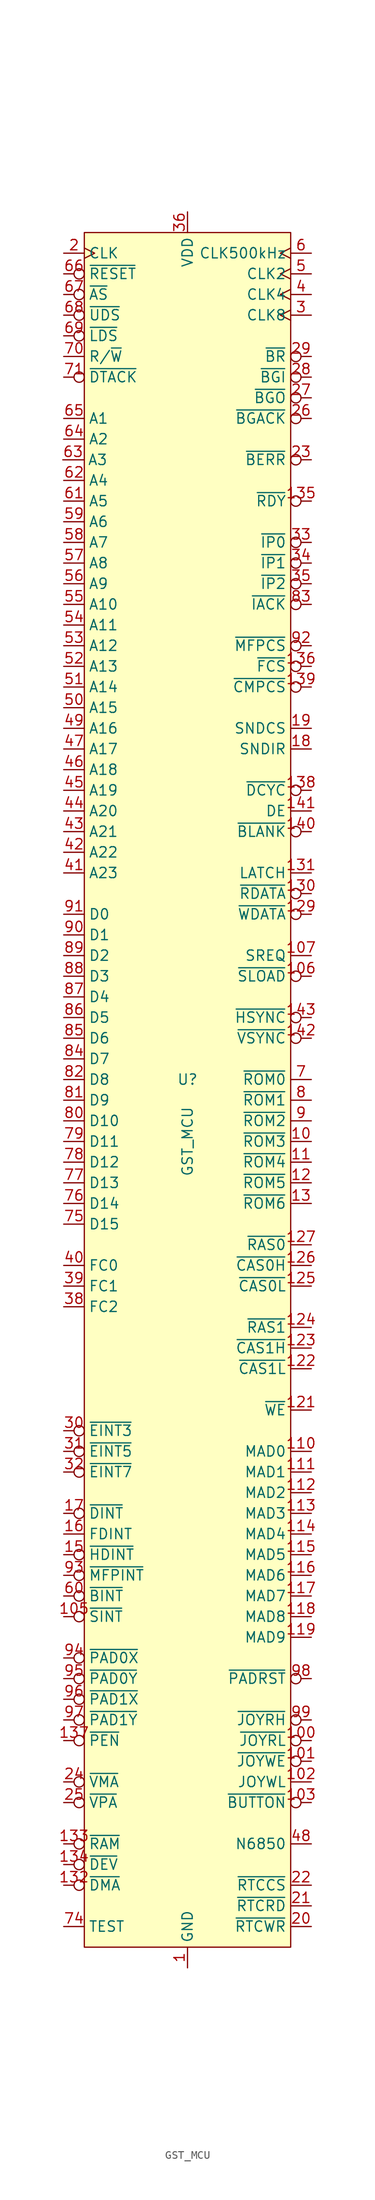
<source format=kicad_sym>
(kicad_symbol_lib
  (version 20241209)
  (generator "kicad_symbol_editor")
  (generator_version "9.0")
  (symbol "GST_MCU"
    (property "Reference" "U"
      (at 0 7.62 0)
      (effects (font (size 1.27 1.27))))
    (property "Value" "GST_MCU"
      (at 0 0 90)
      (effects (font (size 1.27 1.27))))
    (symbol "GST_MCU_1_1"
      (rectangle (start -12.7 111.76) (end 12.7 -99.06) (stroke (width 0) (type solid)) (fill (type background)))
      (pin input line (at -15.35 83.814 0) (length 2.54) (name "A3" (effects (font (size 1.27 1.27)))) (number "63" (effects (font (size 1.27 1.27)))))
      (pin input clock (at -15.24 109.22 0) (length 2.54) (name "CLK" (effects (font (size 1.27 1.27)))) (number "2" (effects (font (size 1.27 1.27)))))
      (pin input inverted (at -15.24 106.68 0) (length 2.54) (name "~{RESET}" (effects (font (size 1.27 1.27)))) (number "66" (effects (font (size 1.27 1.27)))))
      (pin input inverted (at -15.24 104.14 0) (length 2.54) (name "~{AS}" (effects (font (size 1.27 1.27)))) (number "67" (effects (font (size 1.27 1.27)))))
      (pin input inverted (at -15.24 101.6 0) (length 2.54) (name "~{UDS}" (effects (font (size 1.27 1.27)))) (number "68" (effects (font (size 1.27 1.27)))))
      (pin input inverted (at -15.24 99.06 0) (length 2.54) (name "~{LDS}" (effects (font (size 1.27 1.27)))) (number "69" (effects (font (size 1.27 1.27)))))
      (pin input line (at -15.24 96.52 0) (length 2.54) (name "R/~{W}" (effects (font (size 1.27 1.27)))) (number "70" (effects (font (size 1.27 1.27)))))
      (pin input inverted (at -15.24 93.98 0) (length 2.54) (name "~{DTACK}" (effects (font (size 1.27 1.27)))) (number "71" (effects (font (size 1.27 1.27)))))
      (pin input line (at -15.24 88.9 0) (length 2.54) (name "A1" (effects (font (size 1.27 1.27)))) (number "65" (effects (font (size 1.27 1.27)))))
      (pin input line (at -15.24 86.36 0) (length 2.54) (name "A2" (effects (font (size 1.27 1.27)))) (number "64" (effects (font (size 1.27 1.27)))))
      (pin input line (at -15.24 81.28 0) (length 2.54) (name "A4" (effects (font (size 1.27 1.27)))) (number "62" (effects (font (size 1.27 1.27)))))
      (pin input line (at -15.24 78.74 0) (length 2.54) (name "A5" (effects (font (size 1.27 1.27)))) (number "61" (effects (font (size 1.27 1.27)))))
      (pin input line (at -15.24 76.2 0) (length 2.54) (name "A6" (effects (font (size 1.27 1.27)))) (number "59" (effects (font (size 1.27 1.27)))))
      (pin input line (at -15.24 73.66 0) (length 2.54) (name "A7" (effects (font (size 1.27 1.27)))) (number "58" (effects (font (size 1.27 1.27)))))
      (pin input line (at -15.24 71.12 0) (length 2.54) (name "A8" (effects (font (size 1.27 1.27)))) (number "57" (effects (font (size 1.27 1.27)))))
      (pin input line (at -15.24 68.58 0) (length 2.54) (name "A9" (effects (font (size 1.27 1.27)))) (number "56" (effects (font (size 1.27 1.27)))))
      (pin input line (at -15.24 66.04 0) (length 2.54) (name "A10" (effects (font (size 1.27 1.27)))) (number "55" (effects (font (size 1.27 1.27)))))
      (pin input line (at -15.24 63.5 0) (length 2.54) (name "A11" (effects (font (size 1.27 1.27)))) (number "54" (effects (font (size 1.27 1.27)))))
      (pin input line (at -15.24 60.96 0) (length 2.54) (name "A12" (effects (font (size 1.27 1.27)))) (number "53" (effects (font (size 1.27 1.27)))))
      (pin input line (at -15.24 58.42 0) (length 2.54) (name "A13" (effects (font (size 1.27 1.27)))) (number "52" (effects (font (size 1.27 1.27)))))
      (pin input line (at -15.24 55.88 0) (length 2.54) (name "A14" (effects (font (size 1.27 1.27)))) (number "51" (effects (font (size 1.27 1.27)))))
      (pin input line (at -15.24 53.34 0) (length 2.54) (name "A15" (effects (font (size 1.27 1.27)))) (number "50" (effects (font (size 1.27 1.27)))))
      (pin input line (at -15.24 50.8 0) (length 2.54) (name "A16" (effects (font (size 1.27 1.27)))) (number "49" (effects (font (size 1.27 1.27)))))
      (pin input line (at -15.24 48.26 0) (length 2.54) (name "A17" (effects (font (size 1.27 1.27)))) (number "47" (effects (font (size 1.27 1.27)))))
      (pin input line (at -15.24 45.72 0) (length 2.54) (name "A18" (effects (font (size 1.27 1.27)))) (number "46" (effects (font (size 1.27 1.27)))))
      (pin input line (at -15.24 43.18 0) (length 2.54) (name "A19" (effects (font (size 1.27 1.27)))) (number "45" (effects (font (size 1.27 1.27)))))
      (pin input line (at -15.24 40.64 0) (length 2.54) (name "A20" (effects (font (size 1.27 1.27)))) (number "44" (effects (font (size 1.27 1.27)))))
      (pin input line (at -15.24 38.1 0) (length 2.54) (name "A21" (effects (font (size 1.27 1.27)))) (number "43" (effects (font (size 1.27 1.27)))))
      (pin input line (at -15.24 35.56 0) (length 2.54) (name "A22" (effects (font (size 1.27 1.27)))) (number "42" (effects (font (size 1.27 1.27)))))
      (pin input line (at -15.24 33.02 0) (length 2.54) (name "A23" (effects (font (size 1.27 1.27)))) (number "41" (effects (font (size 1.27 1.27)))))
      (pin bidirectional line (at -15.24 27.94 0) (length 2.54) (name "D0" (effects (font (size 1.27 1.27)))) (number "91" (effects (font (size 1.27 1.27)))))
      (pin bidirectional line (at -15.24 25.4 0) (length 2.54) (name "D1" (effects (font (size 1.27 1.27)))) (number "90" (effects (font (size 1.27 1.27)))))
      (pin bidirectional line (at -15.24 22.86 0) (length 2.54) (name "D2" (effects (font (size 1.27 1.27)))) (number "89" (effects (font (size 1.27 1.27)))))
      (pin bidirectional line (at -15.24 20.32 0) (length 2.54) (name "D3" (effects (font (size 1.27 1.27)))) (number "88" (effects (font (size 1.27 1.27)))))
      (pin bidirectional line (at -15.24 17.78 0) (length 2.54) (name "D4" (effects (font (size 1.27 1.27)))) (number "87" (effects (font (size 1.27 1.27)))))
      (pin bidirectional line (at -15.24 15.24 0) (length 2.54) (name "D5" (effects (font (size 1.27 1.27)))) (number "86" (effects (font (size 1.27 1.27)))))
      (pin bidirectional line (at -15.24 12.7 0) (length 2.54) (name "D6" (effects (font (size 1.27 1.27)))) (number "85" (effects (font (size 1.27 1.27)))))
      (pin bidirectional line (at -15.24 10.16 0) (length 2.54) (name "D7" (effects (font (size 1.27 1.27)))) (number "84" (effects (font (size 1.27 1.27)))))
      (pin bidirectional line (at -15.24 7.62 0) (length 2.54) (name "D8" (effects (font (size 1.27 1.27)))) (number "82" (effects (font (size 1.27 1.27)))))
      (pin bidirectional line (at -15.24 5.08 0) (length 2.54) (name "D9" (effects (font (size 1.27 1.27)))) (number "81" (effects (font (size 1.27 1.27)))))
      (pin bidirectional line (at -15.24 2.54 0) (length 2.54) (name "D10" (effects (font (size 1.27 1.27)))) (number "80" (effects (font (size 1.27 1.27)))))
      (pin bidirectional line (at -15.24 0 0) (length 2.54) (name "D11" (effects (font (size 1.27 1.27)))) (number "79" (effects (font (size 1.27 1.27)))))
      (pin bidirectional line (at -15.24 -2.54 0) (length 2.54) (name "D12" (effects (font (size 1.27 1.27)))) (number "78" (effects (font (size 1.27 1.27)))))
      (pin bidirectional line (at -15.24 -5.08 0) (length 2.54) (name "D13" (effects (font (size 1.27 1.27)))) (number "77" (effects (font (size 1.27 1.27)))))
      (pin bidirectional line (at -15.24 -7.62 0) (length 2.54) (name "D14" (effects (font (size 1.27 1.27)))) (number "76" (effects (font (size 1.27 1.27)))))
      (pin bidirectional line (at -15.24 -10.16 0) (length 2.54) (name "D15" (effects (font (size 1.27 1.27)))) (number "75" (effects (font (size 1.27 1.27)))))
      (pin input line (at -15.24 -15.24 0) (length 2.54) (name "FC0" (effects (font (size 1.27 1.27)))) (number "40" (effects (font (size 1.27 1.27)))))
      (pin input line (at -15.24 -17.78 0) (length 2.54) (name "FC1" (effects (font (size 1.27 1.27)))) (number "39" (effects (font (size 1.27 1.27)))))
      (pin input line (at -15.24 -20.32 0) (length 2.54) (name "FC2" (effects (font (size 1.27 1.27)))) (number "38" (effects (font (size 1.27 1.27)))))
      (pin input inverted (at -15.24 -35.56 0) (length 2.54) (name "~{EINT3}" (effects (font (size 1.27 1.27)))) (number "30" (effects (font (size 1.27 1.27)))))
      (pin input inverted (at -15.24 -38.1 0) (length 2.54) (name "~{EINT5}" (effects (font (size 1.27 1.27)))) (number "31" (effects (font (size 1.27 1.27)))))
      (pin input inverted (at -15.24 -40.64 0) (length 2.54) (name "~{EINT7}" (effects (font (size 1.27 1.27)))) (number "32" (effects (font (size 1.27 1.27)))))
      (pin input inverted (at -15.24 -45.72 0) (length 2.54) (name "~{DINT}" (effects (font (size 1.27 1.27)))) (number "17" (effects (font (size 1.27 1.27)))))
      (pin input line (at -15.24 -48.26 0) (length 2.54) (name "FDINT" (effects (font (size 1.27 1.27)))) (number "16" (effects (font (size 1.27 1.27)))))
      (pin input inverted (at -15.24 -50.8 0) (length 2.54) (name "~{HDINT}" (effects (font (size 1.27 1.27)))) (number "15" (effects (font (size 1.27 1.27)))))
      (pin input inverted (at -15.24 -53.34 0) (length 2.54) (name "~{MFPINT}" (effects (font (size 1.27 1.27)))) (number "93" (effects (font (size 1.27 1.27)))))
      (pin input inverted (at -15.24 -55.88 0) (length 2.54) (name "~{BINT}" (effects (font (size 1.27 1.27)))) (number "60" (effects (font (size 1.27 1.27)))))
      (pin input inverted (at -15.24 -58.42 0) (length 2.54) (name "~{SINT}" (effects (font (size 1.27 1.27)))) (number "105" (effects (font (size 1.27 1.27)))))
      (pin input inverted (at -15.24 -63.5 0) (length 2.54) (name "~{PAD0X}" (effects (font (size 1.27 1.27)))) (number "94" (effects (font (size 1.27 1.27)))))
      (pin input inverted (at -15.24 -66.04 0) (length 2.54) (name "~{PAD0Y}" (effects (font (size 1.27 1.27)))) (number "95" (effects (font (size 1.27 1.27)))))
      (pin input inverted (at -15.24 -68.58 0) (length 2.54) (name "~{PAD1X}" (effects (font (size 1.27 1.27)))) (number "96" (effects (font (size 1.27 1.27)))))
      (pin input inverted (at -15.24 -71.12 0) (length 2.54) (name "~{PAD1Y}" (effects (font (size 1.27 1.27)))) (number "97" (effects (font (size 1.27 1.27)))))
      (pin input inverted (at -15.24 -73.66 0) (length 2.54) (name "~{PEN}" (effects (font (size 1.27 1.27)))) (number "137" (effects (font (size 1.27 1.27)))))
      (pin input inverted (at -15.24 -78.74 0) (length 2.54) (name "~{VMA}" (effects (font (size 1.27 1.27)))) (number "24" (effects (font (size 1.27 1.27)))))
      (pin input inverted (at -15.24 -81.28 0) (length 2.54) (name "~{VPA}" (effects (font (size 1.27 1.27)))) (number "25" (effects (font (size 1.27 1.27)))))
      (pin input inverted (at -15.24 -86.36 0) (length 2.54) (name "~{RAM}" (effects (font (size 1.27 1.27)))) (number "133" (effects (font (size 1.27 1.27)))))
      (pin input inverted (at -15.24 -88.9 0) (length 2.54) (name "~{DEV}" (effects (font (size 1.27 1.27)))) (number "134" (effects (font (size 1.27 1.27)))))
      (pin input inverted (at -15.24 -91.44 0) (length 2.54) (name "~{DMA}" (effects (font (size 1.27 1.27)))) (number "132" (effects (font (size 1.27 1.27)))))
      (pin input line (at -15.24 -96.52 0) (length 2.54) (name "TEST" (effects (font (size 1.27 1.27)))) (number "74" (effects (font (size 1.27 1.27)))))
      (pin no_connect line (at -5.08 114.3 270) (length 2.54) (hide yes) (name "NC" (effects (font (size 1.27 1.27)))) (number "14" (effects (font (size 1.27 1.27)))))
      (pin no_connect line (at -2.54 114.3 270) (length 2.54) (hide yes) (name "NC" (effects (font (size 1.27 1.27)))) (number "104" (effects (font (size 1.27 1.27)))))
      (pin passive line (at 0 114.3 270) (length 2.54) (hide yes) (name "VDD" (effects (font (size 1.27 1.27)))) (number "108" (effects (font (size 1.27 1.27)))))
      (pin passive line (at 0 114.3 270) (length 2.54) (hide yes) (name "VDD" (effects (font (size 1.27 1.27)))) (number "120" (effects (font (size 1.27 1.27)))))
      (pin passive line (at 0 114.3 270) (length 2.54) (hide yes) (name "VDD" (effects (font (size 1.27 1.27)))) (number "144" (effects (font (size 1.27 1.27)))))
      (pin power_in line (at 0 114.3 270) (length 2.54) (name "VDD" (effects (font (size 1.27 1.27)))) (number "36" (effects (font (size 1.27 1.27)))))
      (pin passive line (at 0 114.3 270) (length 2.54) (hide yes) (name "VDD" (effects (font (size 1.27 1.27)))) (number "72" (effects (font (size 1.27 1.27)))))
      (pin power_in line (at 0 -101.6 90) (length 2.54) (name "GND" (effects (font (size 1.27 1.27)))) (number "1" (effects (font (size 1.27 1.27)))))
      (pin passive line (at 0 -101.6 90) (length 2.54) (hide yes) (name "GND" (effects (font (size 1.27 1.27)))) (number "109" (effects (font (size 1.27 1.27)))))
      (pin passive line (at 0 -101.6 90) (length 2.54) (hide yes) (name "GND" (effects (font (size 1.27 1.27)))) (number "128" (effects (font (size 1.27 1.27)))))
      (pin passive line (at 0 -101.6 90) (length 2.54) (hide yes) (name "GND" (effects (font (size 1.27 1.27)))) (number "37" (effects (font (size 1.27 1.27)))))
      (pin passive line (at 0 -101.6 90) (length 2.54) (hide yes) (name "GND" (effects (font (size 1.27 1.27)))) (number "73" (effects (font (size 1.27 1.27)))))
      (pin output clock (at 15.24 109.22 180) (length 2.54) (name "CLK500kHz" (effects (font (size 1.27 1.27)))) (number "6" (effects (font (size 1.27 1.27)))))
      (pin output clock (at 15.24 106.68 180) (length 2.54) (name "CLK2" (effects (font (size 1.27 1.27)))) (number "5" (effects (font (size 1.27 1.27)))))
      (pin output clock (at 15.24 104.14 180) (length 2.54) (name "CLK4" (effects (font (size 1.27 1.27)))) (number "4" (effects (font (size 1.27 1.27)))))
      (pin output clock (at 15.24 101.6 180) (length 2.54) (name "CLK8" (effects (font (size 1.27 1.27)))) (number "3" (effects (font (size 1.27 1.27)))))
      (pin output inverted (at 15.24 96.52 180) (length 2.54) (name "~{BR}" (effects (font (size 1.27 1.27)))) (number "29" (effects (font (size 1.27 1.27)))))
      (pin input inverted (at 15.24 93.98 180) (length 2.54) (name "~{BGI}" (effects (font (size 1.27 1.27)))) (number "28" (effects (font (size 1.27 1.27)))))
      (pin output inverted (at 15.24 91.44 180) (length 2.54) (name "~{BGO}" (effects (font (size 1.27 1.27)))) (number "27" (effects (font (size 1.27 1.27)))))
      (pin input inverted (at 15.24 88.9 180) (length 2.54) (name "~{BGACK}" (effects (font (size 1.27 1.27)))) (number "26" (effects (font (size 1.27 1.27)))))
      (pin output inverted (at 15.24 83.82 180) (length 2.54) (name "~{BERR}" (effects (font (size 1.27 1.27)))) (number "23" (effects (font (size 1.27 1.27)))))
      (pin output inverted (at 15.24 78.74 180) (length 2.54) (name "~{RDY}" (effects (font (size 1.27 1.27)))) (number "135" (effects (font (size 1.27 1.27)))))
      (pin output inverted (at 15.24 73.66 180) (length 2.54) (name "~{IP0}" (effects (font (size 1.27 1.27)))) (number "33" (effects (font (size 1.27 1.27)))))
      (pin output inverted (at 15.24 71.12 180) (length 2.54) (name "~{IP1}" (effects (font (size 1.27 1.27)))) (number "34" (effects (font (size 1.27 1.27)))))
      (pin output inverted (at 15.24 68.58 180) (length 2.54) (name "~{IP2}" (effects (font (size 1.27 1.27)))) (number "35" (effects (font (size 1.27 1.27)))))
      (pin input inverted (at 15.24 66.04 180) (length 2.54) (name "~{IACK}" (effects (font (size 1.27 1.27)))) (number "83" (effects (font (size 1.27 1.27)))))
      (pin output inverted (at 15.24 60.96 180) (length 2.54) (name "~{MFPCS}" (effects (font (size 1.27 1.27)))) (number "92" (effects (font (size 1.27 1.27)))))
      (pin output inverted (at 15.24 58.42 180) (length 2.54) (name "~{FCS}" (effects (font (size 1.27 1.27)))) (number "136" (effects (font (size 1.27 1.27)))))
      (pin output inverted (at 15.24 55.88 180) (length 2.54) (name "~{CMPCS}" (effects (font (size 1.27 1.27)))) (number "139" (effects (font (size 1.27 1.27)))))
      (pin output line (at 15.24 50.8 180) (length 2.54) (name "SNDCS" (effects (font (size 1.27 1.27)))) (number "19" (effects (font (size 1.27 1.27)))))
      (pin output line (at 15.24 48.26 180) (length 2.54) (name "SNDIR" (effects (font (size 1.27 1.27)))) (number "18" (effects (font (size 1.27 1.27)))))
      (pin output inverted (at 15.24 43.18 180) (length 2.54) (name "~{DCYC}" (effects (font (size 1.27 1.27)))) (number "138" (effects (font (size 1.27 1.27)))))
      (pin output line (at 15.24 40.64 180) (length 2.54) (name "DE" (effects (font (size 1.27 1.27)))) (number "141" (effects (font (size 1.27 1.27)))))
      (pin output inverted (at 15.24 38.1 180) (length 2.54) (name "~{BLANK}" (effects (font (size 1.27 1.27)))) (number "140" (effects (font (size 1.27 1.27)))))
      (pin output line (at 15.24 33.02 180) (length 2.54) (name "LATCH" (effects (font (size 1.27 1.27)))) (number "131" (effects (font (size 1.27 1.27)))))
      (pin output inverted (at 15.24 30.48 180) (length 2.54) (name "~{RDATA}" (effects (font (size 1.27 1.27)))) (number "130" (effects (font (size 1.27 1.27)))))
      (pin output inverted (at 15.24 27.94 180) (length 2.54) (name "~{WDATA}" (effects (font (size 1.27 1.27)))) (number "129" (effects (font (size 1.27 1.27)))))
      (pin output line (at 15.24 22.86 180) (length 2.54) (name "SREQ" (effects (font (size 1.27 1.27)))) (number "107" (effects (font (size 1.27 1.27)))))
      (pin output inverted (at 15.24 20.32 180) (length 2.54) (name "~{SLOAD}" (effects (font (size 1.27 1.27)))) (number "106" (effects (font (size 1.27 1.27)))))
      (pin output inverted (at 15.24 15.24 180) (length 2.54) (name "~{HSYNC}" (effects (font (size 1.27 1.27)))) (number "143" (effects (font (size 1.27 1.27)))))
      (pin output inverted (at 15.24 12.7 180) (length 2.54) (name "~{VSYNC}" (effects (font (size 1.27 1.27)))) (number "142" (effects (font (size 1.27 1.27)))))
      (pin output line (at 15.24 7.62 180) (length 2.54) (name "~{ROM0}" (effects (font (size 1.27 1.27)))) (number "7" (effects (font (size 1.27 1.27)))))
      (pin output line (at 15.24 5.08 180) (length 2.54) (name "~{ROM1}" (effects (font (size 1.27 1.27)))) (number "8" (effects (font (size 1.27 1.27)))))
      (pin output line (at 15.24 2.54 180) (length 2.54) (name "~{ROM2}" (effects (font (size 1.27 1.27)))) (number "9" (effects (font (size 1.27 1.27)))))
      (pin output line (at 15.24 0 180) (length 2.54) (name "~{ROM3}" (effects (font (size 1.27 1.27)))) (number "10" (effects (font (size 1.27 1.27)))))
      (pin output line (at 15.24 -2.54 180) (length 2.54) (name "~{ROM4}" (effects (font (size 1.27 1.27)))) (number "11" (effects (font (size 1.27 1.27)))))
      (pin output line (at 15.24 -5.08 180) (length 2.54) (name "~{ROM5}" (effects (font (size 1.27 1.27)))) (number "12" (effects (font (size 1.27 1.27)))))
      (pin output line (at 15.24 -7.62 180) (length 2.54) (name "~{ROM6}" (effects (font (size 1.27 1.27)))) (number "13" (effects (font (size 1.27 1.27)))))
      (pin output line (at 15.24 -12.7 180) (length 2.54) (name "~{RAS0}" (effects (font (size 1.27 1.27)))) (number "127" (effects (font (size 1.27 1.27)))))
      (pin output line (at 15.24 -15.24 180) (length 2.54) (name "~{CAS0H}" (effects (font (size 1.27 1.27)))) (number "126" (effects (font (size 1.27 1.27)))))
      (pin output line (at 15.24 -17.78 180) (length 2.54) (name "~{CAS0L}" (effects (font (size 1.27 1.27)))) (number "125" (effects (font (size 1.27 1.27)))))
      (pin output line (at 15.24 -22.86 180) (length 2.54) (name "~{RAS1}" (effects (font (size 1.27 1.27)))) (number "124" (effects (font (size 1.27 1.27)))))
      (pin output line (at 15.24 -25.4 180) (length 2.54) (name "~{CAS1H}" (effects (font (size 1.27 1.27)))) (number "123" (effects (font (size 1.27 1.27)))))
      (pin output line (at 15.24 -27.94 180) (length 2.54) (name "~{CAS1L}" (effects (font (size 1.27 1.27)))) (number "122" (effects (font (size 1.27 1.27)))))
      (pin output line (at 15.24 -33.02 180) (length 2.54) (name "~{WE}" (effects (font (size 1.27 1.27)))) (number "121" (effects (font (size 1.27 1.27)))))
      (pin output line (at 15.24 -38.1 180) (length 2.54) (name "MAD0" (effects (font (size 1.27 1.27)))) (number "110" (effects (font (size 1.27 1.27)))))
      (pin output line (at 15.24 -40.64 180) (length 2.54) (name "MAD1" (effects (font (size 1.27 1.27)))) (number "111" (effects (font (size 1.27 1.27)))))
      (pin output line (at 15.24 -43.18 180) (length 2.54) (name "MAD2" (effects (font (size 1.27 1.27)))) (number "112" (effects (font (size 1.27 1.27)))))
      (pin output line (at 15.24 -45.72 180) (length 2.54) (name "MAD3" (effects (font (size 1.27 1.27)))) (number "113" (effects (font (size 1.27 1.27)))))
      (pin output line (at 15.24 -48.26 180) (length 2.54) (name "MAD4" (effects (font (size 1.27 1.27)))) (number "114" (effects (font (size 1.27 1.27)))))
      (pin output line (at 15.24 -50.8 180) (length 2.54) (name "MAD5" (effects (font (size 1.27 1.27)))) (number "115" (effects (font (size 1.27 1.27)))))
      (pin output line (at 15.24 -53.34 180) (length 2.54) (name "MAD6" (effects (font (size 1.27 1.27)))) (number "116" (effects (font (size 1.27 1.27)))))
      (pin output line (at 15.24 -55.88 180) (length 2.54) (name "MAD7" (effects (font (size 1.27 1.27)))) (number "117" (effects (font (size 1.27 1.27)))))
      (pin output line (at 15.24 -58.42 180) (length 2.54) (name "MAD8" (effects (font (size 1.27 1.27)))) (number "118" (effects (font (size 1.27 1.27)))))
      (pin output line (at 15.24 -60.96 180) (length 2.54) (name "MAD9" (effects (font (size 1.27 1.27)))) (number "119" (effects (font (size 1.27 1.27)))))
      (pin output inverted (at 15.24 -66.04 180) (length 2.54) (name "~{PADRST}" (effects (font (size 1.27 1.27)))) (number "98" (effects (font (size 1.27 1.27)))))
      (pin output inverted (at 15.24 -71.12 180) (length 2.54) (name "~{JOYRH}" (effects (font (size 1.27 1.27)))) (number "99" (effects (font (size 1.27 1.27)))))
      (pin output inverted (at 15.24 -73.66 180) (length 2.54) (name "~{JOYRL}" (effects (font (size 1.27 1.27)))) (number "100" (effects (font (size 1.27 1.27)))))
      (pin output inverted (at 15.24 -76.2 180) (length 2.54) (name "~{JOYWE}" (effects (font (size 1.27 1.27)))) (number "101" (effects (font (size 1.27 1.27)))))
      (pin output line (at 15.24 -78.74 180) (length 2.54) (name "JOYWL" (effects (font (size 1.27 1.27)))) (number "102" (effects (font (size 1.27 1.27)))))
      (pin output inverted (at 15.24 -81.28 180) (length 2.54) (name "~{BUTTON}" (effects (font (size 1.27 1.27)))) (number "103" (effects (font (size 1.27 1.27)))))
      (pin output line (at 15.24 -86.36 180) (length 2.54) (name "N6850" (effects (font (size 1.27 1.27)))) (number "48" (effects (font (size 1.27 1.27)))))
      (pin output line (at 15.24 -91.44 180) (length 2.54) (name "~{RTCCS}" (effects (font (size 1.27 1.27)))) (number "22" (effects (font (size 1.27 1.27)))))
      (pin output line (at 15.24 -93.98 180) (length 2.54) (name "~{RTCRD}" (effects (font (size 1.27 1.27)))) (number "21" (effects (font (size 1.27 1.27)))))
      (pin output line (at 15.24 -96.52 180) (length 2.54) (name "~{RTCWR}" (effects (font (size 1.27 1.27)))) (number "20" (effects (font (size 1.27 1.27))))))))
</source>
